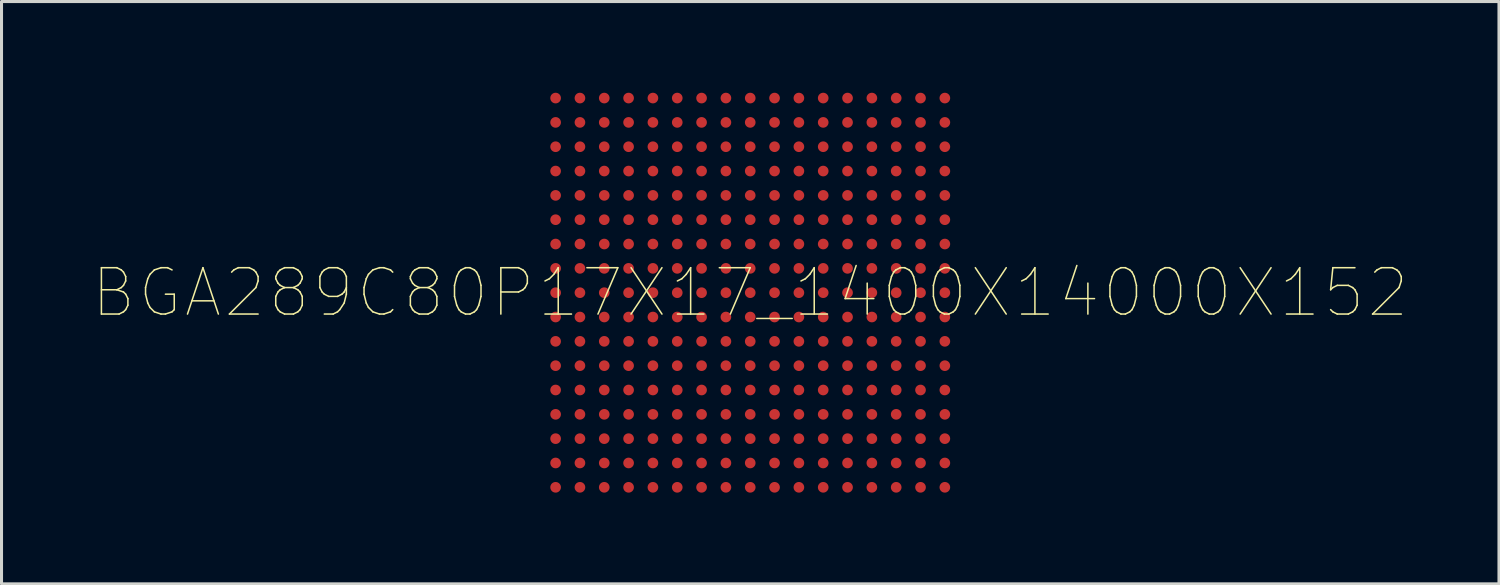
<source format=kicad_pcb>
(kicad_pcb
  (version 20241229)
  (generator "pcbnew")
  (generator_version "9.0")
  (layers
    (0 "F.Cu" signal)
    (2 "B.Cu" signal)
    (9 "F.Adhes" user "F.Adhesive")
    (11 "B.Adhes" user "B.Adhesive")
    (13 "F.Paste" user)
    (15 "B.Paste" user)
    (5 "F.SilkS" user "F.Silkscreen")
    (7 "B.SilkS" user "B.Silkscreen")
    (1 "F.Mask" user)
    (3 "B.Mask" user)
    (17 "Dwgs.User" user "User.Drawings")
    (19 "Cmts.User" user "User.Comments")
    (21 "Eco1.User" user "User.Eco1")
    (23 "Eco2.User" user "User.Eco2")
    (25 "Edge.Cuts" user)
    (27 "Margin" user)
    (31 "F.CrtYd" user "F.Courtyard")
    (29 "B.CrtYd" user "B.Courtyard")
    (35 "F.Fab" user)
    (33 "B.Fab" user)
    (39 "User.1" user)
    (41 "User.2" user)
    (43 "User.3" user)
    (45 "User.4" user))
  (footprint "BGA289C80P17X17_1400X14000X152"
    (layer "F.Cu")
    (at 21.621 6.575)
    (property "Reference" "BGA289C80P17X17_1400X14000X152" (at 0 0 0) (layer "F.SilkS") (effects (font (size 1.524 1.524) (thickness 0.05))))
    (attr smd)
    (pad "A1" smd circle (at -6.4 -6.4 270) (size 0.35 0.35) (layers "F.Cu"))
    (pad "A2" smd circle (at -5.6 -6.4 270) (size 0.35 0.35) (layers "F.Cu"))
    (pad "A3" smd circle (at -4.8 -6.4 270) (size 0.35 0.35) (layers "F.Cu"))
    (pad "A4" smd circle (at -4 -6.4 270) (size 0.35 0.35) (layers "F.Cu"))
    (pad "A5" smd circle (at -3.2 -6.4 270) (size 0.35 0.35) (layers "F.Cu"))
    (pad "A6" smd circle (at -2.4 -6.4 270) (size 0.35 0.35) (layers "F.Cu"))
    (pad "A7" smd circle (at -1.6 -6.4 270) (size 0.35 0.35) (layers "F.Cu"))
    (pad "A8" smd circle (at -0.8 -6.4 270) (size 0.35 0.35) (layers "F.Cu"))
    (pad "A9" smd circle (at 0 -6.4 270) (size 0.35 0.35) (layers "F.Cu"))
    (pad "A10" smd circle (at 0.8 -6.4 270) (size 0.35 0.35) (layers "F.Cu"))
    (pad "A11" smd circle (at 1.6 -6.4 270) (size 0.35 0.35) (layers "F.Cu"))
    (pad "A12" smd circle (at 2.4 -6.4 270) (size 0.35 0.35) (layers "F.Cu"))
    (pad "A13" smd circle (at 3.2 -6.4 270) (size 0.35 0.35) (layers "F.Cu"))
    (pad "A14" smd circle (at 4 -6.4 270) (size 0.35 0.35) (layers "F.Cu"))
    (pad "A15" smd circle (at 4.8 -6.4 270) (size 0.35 0.35) (layers "F.Cu"))
    (pad "A16" smd circle (at 5.6 -6.4 270) (size 0.35 0.35) (layers "F.Cu"))
    (pad "A17" smd circle (at 6.4 -6.4 270) (size 0.35 0.35) (layers "F.Cu"))
    (pad "B1" smd circle (at -6.4 -5.6 270) (size 0.35 0.35) (layers "F.Cu"))
    (pad "B2" smd circle (at -5.6 -5.6 270) (size 0.35 0.35) (layers "F.Cu"))
    (pad "B3" smd circle (at -4.8 -5.6 270) (size 0.35 0.35) (layers "F.Cu"))
    (pad "B4" smd circle (at -4 -5.6 270) (size 0.35 0.35) (layers "F.Cu"))
    (pad "B5" smd circle (at -3.2 -5.6 270) (size 0.35 0.35) (layers "F.Cu"))
    (pad "B6" smd circle (at -2.4 -5.6 270) (size 0.35 0.35) (layers "F.Cu"))
    (pad "B7" smd circle (at -1.6 -5.6 270) (size 0.35 0.35) (layers "F.Cu"))
    (pad "B8" smd circle (at -0.8 -5.6 270) (size 0.35 0.35) (layers "F.Cu"))
    (pad "B9" smd circle (at 0 -5.6 270) (size 0.35 0.35) (layers "F.Cu"))
    (pad "B10" smd circle (at 0.8 -5.6 270) (size 0.35 0.35) (layers "F.Cu"))
    (pad "B11" smd circle (at 1.6 -5.6 270) (size 0.35 0.35) (layers "F.Cu"))
    (pad "B12" smd circle (at 2.4 -5.6 270) (size 0.35 0.35) (layers "F.Cu"))
    (pad "B13" smd circle (at 3.2 -5.6 270) (size 0.35 0.35) (layers "F.Cu"))
    (pad "B14" smd circle (at 4 -5.6 270) (size 0.35 0.35) (layers "F.Cu"))
    (pad "B15" smd circle (at 4.8 -5.6 270) (size 0.35 0.35) (layers "F.Cu"))
    (pad "B16" smd circle (at 5.6 -5.6 270) (size 0.35 0.35) (layers "F.Cu"))
    (pad "B17" smd circle (at 6.4 -5.6 270) (size 0.35 0.35) (layers "F.Cu"))
    (pad "C1" smd circle (at -6.4 -4.8 270) (size 0.35 0.35) (layers "F.Cu"))
    (pad "C2" smd circle (at -5.6 -4.8 270) (size 0.35 0.35) (layers "F.Cu"))
    (pad "C3" smd circle (at -4.8 -4.8 270) (size 0.35 0.35) (layers "F.Cu"))
    (pad "C4" smd circle (at -4 -4.8 270) (size 0.35 0.35) (layers "F.Cu"))
    (pad "C5" smd circle (at -3.2 -4.8 270) (size 0.35 0.35) (layers "F.Cu"))
    (pad "C6" smd circle (at -2.4 -4.8 270) (size 0.35 0.35) (layers "F.Cu"))
    (pad "C7" smd circle (at -1.6 -4.8 270) (size 0.35 0.35) (layers "F.Cu"))
    (pad "C8" smd circle (at -0.8 -4.8 270) (size 0.35 0.35) (layers "F.Cu"))
    (pad "C9" smd circle (at 0 -4.8 270) (size 0.35 0.35) (layers "F.Cu"))
    (pad "C10" smd circle (at 0.8 -4.8 270) (size 0.35 0.35) (layers "F.Cu"))
    (pad "C11" smd circle (at 1.6 -4.8 270) (size 0.35 0.35) (layers "F.Cu"))
    (pad "C12" smd circle (at 2.4 -4.8 270) (size 0.35 0.35) (layers "F.Cu"))
    (pad "C13" smd circle (at 3.2 -4.8 270) (size 0.35 0.35) (layers "F.Cu"))
    (pad "C14" smd circle (at 4 -4.8 270) (size 0.35 0.35) (layers "F.Cu"))
    (pad "C15" smd circle (at 4.8 -4.8 270) (size 0.35 0.35) (layers "F.Cu"))
    (pad "C16" smd circle (at 5.6 -4.8 270) (size 0.35 0.35) (layers "F.Cu"))
    (pad "C17" smd circle (at 6.4 -4.8 270) (size 0.35 0.35) (layers "F.Cu"))
    (pad "D1" smd circle (at -6.4 -4 270) (size 0.35 0.35) (layers "F.Cu"))
    (pad "D2" smd circle (at -5.6 -4 270) (size 0.35 0.35) (layers "F.Cu"))
    (pad "D3" smd circle (at -4.8 -4 270) (size 0.35 0.35) (layers "F.Cu"))
    (pad "D4" smd circle (at -4 -4 270) (size 0.35 0.35) (layers "F.Cu"))
    (pad "D5" smd circle (at -3.2 -4 270) (size 0.35 0.35) (layers "F.Cu"))
    (pad "D6" smd circle (at -2.4 -4 270) (size 0.35 0.35) (layers "F.Cu"))
    (pad "D7" smd circle (at -1.6 -4 270) (size 0.35 0.35) (layers "F.Cu"))
    (pad "D8" smd circle (at -0.8 -4 270) (size 0.35 0.35) (layers "F.Cu"))
    (pad "D9" smd circle (at 0 -4 270) (size 0.35 0.35) (layers "F.Cu"))
    (pad "D10" smd circle (at 0.8 -4 270) (size 0.35 0.35) (layers "F.Cu"))
    (pad "D11" smd circle (at 1.6 -4 270) (size 0.35 0.35) (layers "F.Cu"))
    (pad "D12" smd circle (at 2.4 -4 270) (size 0.35 0.35) (layers "F.Cu"))
    (pad "D13" smd circle (at 3.2 -4 270) (size 0.35 0.35) (layers "F.Cu"))
    (pad "D14" smd circle (at 4 -4 270) (size 0.35 0.35) (layers "F.Cu"))
    (pad "D15" smd circle (at 4.8 -4 270) (size 0.35 0.35) (layers "F.Cu"))
    (pad "D16" smd circle (at 5.6 -4 270) (size 0.35 0.35) (layers "F.Cu"))
    (pad "D17" smd circle (at 6.4 -4 270) (size 0.35 0.35) (layers "F.Cu"))
    (pad "E1" smd circle (at -6.4 -3.2 270) (size 0.35 0.35) (layers "F.Cu"))
    (pad "E2" smd circle (at -5.6 -3.2 270) (size 0.35 0.35) (layers "F.Cu"))
    (pad "E3" smd circle (at -4.8 -3.2 270) (size 0.35 0.35) (layers "F.Cu"))
    (pad "E4" smd circle (at -4 -3.2 270) (size 0.35 0.35) (layers "F.Cu"))
    (pad "E5" smd circle (at -3.2 -3.2 270) (size 0.35 0.35) (layers "F.Cu"))
    (pad "E6" smd circle (at -2.4 -3.2 270) (size 0.35 0.35) (layers "F.Cu"))
    (pad "E7" smd circle (at -1.6 -3.2 270) (size 0.35 0.35) (layers "F.Cu"))
    (pad "E8" smd circle (at -0.8 -3.2 270) (size 0.35 0.35) (layers "F.Cu"))
    (pad "E9" smd circle (at 0 -3.2 270) (size 0.35 0.35) (layers "F.Cu"))
    (pad "E10" smd circle (at 0.8 -3.2 270) (size 0.35 0.35) (layers "F.Cu"))
    (pad "E11" smd circle (at 1.6 -3.2 270) (size 0.35 0.35) (layers "F.Cu"))
    (pad "E12" smd circle (at 2.4 -3.2 270) (size 0.35 0.35) (layers "F.Cu"))
    (pad "E13" smd circle (at 3.2 -3.2 270) (size 0.35 0.35) (layers "F.Cu"))
    (pad "E14" smd circle (at 4 -3.2 270) (size 0.35 0.35) (layers "F.Cu"))
    (pad "E15" smd circle (at 4.8 -3.2 270) (size 0.35 0.35) (layers "F.Cu"))
    (pad "E16" smd circle (at 5.6 -3.2 270) (size 0.35 0.35) (layers "F.Cu"))
    (pad "E17" smd circle (at 6.4 -3.2 270) (size 0.35 0.35) (layers "F.Cu"))
    (pad "F1" smd circle (at -6.4 -2.4 270) (size 0.35 0.35) (layers "F.Cu"))
    (pad "F2" smd circle (at -5.6 -2.4 270) (size 0.35 0.35) (layers "F.Cu"))
    (pad "F3" smd circle (at -4.8 -2.4 270) (size 0.35 0.35) (layers "F.Cu"))
    (pad "F4" smd circle (at -4 -2.4 270) (size 0.35 0.35) (layers "F.Cu"))
    (pad "F5" smd circle (at -3.2 -2.4 270) (size 0.35 0.35) (layers "F.Cu"))
    (pad "F6" smd circle (at -2.4 -2.4 270) (size 0.35 0.35) (layers "F.Cu"))
    (pad "F7" smd circle (at -1.6 -2.4 270) (size 0.35 0.35) (layers "F.Cu"))
    (pad "F8" smd circle (at -0.8 -2.4 270) (size 0.35 0.35) (layers "F.Cu"))
    (pad "F9" smd circle (at 0 -2.4 270) (size 0.35 0.35) (layers "F.Cu"))
    (pad "F10" smd circle (at 0.8 -2.4 270) (size 0.35 0.35) (layers "F.Cu"))
    (pad "F11" smd circle (at 1.6 -2.4 270) (size 0.35 0.35) (layers "F.Cu"))
    (pad "F12" smd circle (at 2.4 -2.4 270) (size 0.35 0.35) (layers "F.Cu"))
    (pad "F13" smd circle (at 3.2 -2.4 270) (size 0.35 0.35) (layers "F.Cu"))
    (pad "F14" smd circle (at 4 -2.4 270) (size 0.35 0.35) (layers "F.Cu"))
    (pad "F15" smd circle (at 4.8 -2.4 270) (size 0.35 0.35) (layers "F.Cu"))
    (pad "F16" smd circle (at 5.6 -2.4 270) (size 0.35 0.35) (layers "F.Cu"))
    (pad "F17" smd circle (at 6.4 -2.4 270) (size 0.35 0.35) (layers "F.Cu"))
    (pad "G1" smd circle (at -6.4 -1.6 270) (size 0.35 0.35) (layers "F.Cu"))
    (pad "G2" smd circle (at -5.6 -1.6 270) (size 0.35 0.35) (layers "F.Cu"))
    (pad "G3" smd circle (at -4.8 -1.6 270) (size 0.35 0.35) (layers "F.Cu"))
    (pad "G4" smd circle (at -4 -1.6 270) (size 0.35 0.35) (layers "F.Cu"))
    (pad "G5" smd circle (at -3.2 -1.6 270) (size 0.35 0.35) (layers "F.Cu"))
    (pad "G6" smd circle (at -2.4 -1.6 270) (size 0.35 0.35) (layers "F.Cu"))
    (pad "G7" smd circle (at -1.6 -1.6 270) (size 0.35 0.35) (layers "F.Cu"))
    (pad "G8" smd circle (at -0.8 -1.6 270) (size 0.35 0.35) (layers "F.Cu"))
    (pad "G9" smd circle (at 0 -1.6 270) (size 0.35 0.35) (layers "F.Cu"))
    (pad "G10" smd circle (at 0.8 -1.6 270) (size 0.35 0.35) (layers "F.Cu"))
    (pad "G11" smd circle (at 1.6 -1.6 270) (size 0.35 0.35) (layers "F.Cu"))
    (pad "G12" smd circle (at 2.4 -1.6 270) (size 0.35 0.35) (layers "F.Cu"))
    (pad "G13" smd circle (at 3.2 -1.6 270) (size 0.35 0.35) (layers "F.Cu"))
    (pad "G14" smd circle (at 4 -1.6 270) (size 0.35 0.35) (layers "F.Cu"))
    (pad "G15" smd circle (at 4.8 -1.6 270) (size 0.35 0.35) (layers "F.Cu"))
    (pad "G16" smd circle (at 5.6 -1.6 270) (size 0.35 0.35) (layers "F.Cu"))
    (pad "G17" smd circle (at 6.4 -1.6 270) (size 0.35 0.35) (layers "F.Cu"))
    (pad "H1" smd circle (at -6.4 -0.8 270) (size 0.35 0.35) (layers "F.Cu"))
    (pad "H2" smd circle (at -5.6 -0.8 270) (size 0.35 0.35) (layers "F.Cu"))
    (pad "H3" smd circle (at -4.8 -0.8 270) (size 0.35 0.35) (layers "F.Cu"))
    (pad "H4" smd circle (at -4 -0.8 270) (size 0.35 0.35) (layers "F.Cu"))
    (pad "H5" smd circle (at -3.2 -0.8 270) (size 0.35 0.35) (layers "F.Cu"))
    (pad "H6" smd circle (at -2.4 -0.8 270) (size 0.35 0.35) (layers "F.Cu"))
    (pad "H7" smd circle (at -1.6 -0.8 270) (size 0.35 0.35) (layers "F.Cu"))
    (pad "H8" smd circle (at -0.8 -0.8 270) (size 0.35 0.35) (layers "F.Cu"))
    (pad "H9" smd circle (at 0 -0.8 270) (size 0.35 0.35) (layers "F.Cu"))
    (pad "H10" smd circle (at 0.8 -0.8 270) (size 0.35 0.35) (layers "F.Cu"))
    (pad "H11" smd circle (at 1.6 -0.8 270) (size 0.35 0.35) (layers "F.Cu"))
    (pad "H12" smd circle (at 2.4 -0.8 270) (size 0.35 0.35) (layers "F.Cu"))
    (pad "H13" smd circle (at 3.2 -0.8 270) (size 0.35 0.35) (layers "F.Cu"))
    (pad "H14" smd circle (at 4 -0.8 270) (size 0.35 0.35) (layers "F.Cu"))
    (pad "H15" smd circle (at 4.8 -0.8 270) (size 0.35 0.35) (layers "F.Cu"))
    (pad "H16" smd circle (at 5.6 -0.8 270) (size 0.35 0.35) (layers "F.Cu"))
    (pad "H17" smd circle (at 6.4 -0.8 270) (size 0.35 0.35) (layers "F.Cu"))
    (pad "J1" smd circle (at -6.4 0 270) (size 0.35 0.35) (layers "F.Cu"))
    (pad "J2" smd circle (at -5.6 0 270) (size 0.35 0.35) (layers "F.Cu"))
    (pad "J3" smd circle (at -4.8 0 270) (size 0.35 0.35) (layers "F.Cu"))
    (pad "J4" smd circle (at -4 0 270) (size 0.35 0.35) (layers "F.Cu"))
    (pad "J5" smd circle (at -3.2 0 270) (size 0.35 0.35) (layers "F.Cu"))
    (pad "J6" smd circle (at -2.4 0 270) (size 0.35 0.35) (layers "F.Cu"))
    (pad "J7" smd circle (at -1.6 0 270) (size 0.35 0.35) (layers "F.Cu"))
    (pad "J8" smd circle (at -0.8 0 270) (size 0.35 0.35) (layers "F.Cu"))
    (pad "J9" smd circle (at 0 0 270) (size 0.35 0.35) (layers "F.Cu"))
    (pad "J10" smd circle (at 0.8 0 270) (size 0.35 0.35) (layers "F.Cu"))
    (pad "J11" smd circle (at 1.6 0 270) (size 0.35 0.35) (layers "F.Cu"))
    (pad "J12" smd circle (at 2.4 0 270) (size 0.35 0.35) (layers "F.Cu"))
    (pad "J13" smd circle (at 3.2 0 270) (size 0.35 0.35) (layers "F.Cu"))
    (pad "J14" smd circle (at 4 0 270) (size 0.35 0.35) (layers "F.Cu"))
    (pad "J15" smd circle (at 4.8 0 270) (size 0.35 0.35) (layers "F.Cu"))
    (pad "J16" smd circle (at 5.6 0 270) (size 0.35 0.35) (layers "F.Cu"))
    (pad "J17" smd circle (at 6.4 0 270) (size 0.35 0.35) (layers "F.Cu"))
    (pad "K1" smd circle (at -6.4 0.8 270) (size 0.35 0.35) (layers "F.Cu"))
    (pad "K2" smd circle (at -5.6 0.8 270) (size 0.35 0.35) (layers "F.Cu"))
    (pad "K3" smd circle (at -4.8 0.8 270) (size 0.35 0.35) (layers "F.Cu"))
    (pad "K4" smd circle (at -4 0.8 270) (size 0.35 0.35) (layers "F.Cu"))
    (pad "K5" smd circle (at -3.2 0.8 270) (size 0.35 0.35) (layers "F.Cu"))
    (pad "K6" smd circle (at -2.4 0.8 270) (size 0.35 0.35) (layers "F.Cu"))
    (pad "K7" smd circle (at -1.6 0.8 270) (size 0.35 0.35) (layers "F.Cu"))
    (pad "K8" smd circle (at -0.8 0.8 270) (size 0.35 0.35) (layers "F.Cu"))
    (pad "K9" smd circle (at 0 0.8 270) (size 0.35 0.35) (layers "F.Cu"))
    (pad "K10" smd circle (at 0.8 0.8 270) (size 0.35 0.35) (layers "F.Cu"))
    (pad "K11" smd circle (at 1.6 0.8 270) (size 0.35 0.35) (layers "F.Cu"))
    (pad "K12" smd circle (at 2.4 0.8 270) (size 0.35 0.35) (layers "F.Cu"))
    (pad "K13" smd circle (at 3.2 0.8 270) (size 0.35 0.35) (layers "F.Cu"))
    (pad "K14" smd circle (at 4 0.8 270) (size 0.35 0.35) (layers "F.Cu"))
    (pad "K15" smd circle (at 4.8 0.8 270) (size 0.35 0.35) (layers "F.Cu"))
    (pad "K16" smd circle (at 5.6 0.8 270) (size 0.35 0.35) (layers "F.Cu"))
    (pad "K17" smd circle (at 6.4 0.8 270) (size 0.35 0.35) (layers "F.Cu"))
    (pad "L1" smd circle (at -6.4 1.6 270) (size 0.35 0.35) (layers "F.Cu"))
    (pad "L2" smd circle (at -5.6 1.6 270) (size 0.35 0.35) (layers "F.Cu"))
    (pad "L3" smd circle (at -4.8 1.6 270) (size 0.35 0.35) (layers "F.Cu"))
    (pad "L4" smd circle (at -4 1.6 270) (size 0.35 0.35) (layers "F.Cu"))
    (pad "L5" smd circle (at -3.2 1.6 270) (size 0.35 0.35) (layers "F.Cu"))
    (pad "L6" smd circle (at -2.4 1.6 270) (size 0.35 0.35) (layers "F.Cu"))
    (pad "L7" smd circle (at -1.6 1.6 270) (size 0.35 0.35) (layers "F.Cu"))
    (pad "L8" smd circle (at -0.8 1.6 270) (size 0.35 0.35) (layers "F.Cu"))
    (pad "L9" smd circle (at 0 1.6 270) (size 0.35 0.35) (layers "F.Cu"))
    (pad "L10" smd circle (at 0.8 1.6 270) (size 0.35 0.35) (layers "F.Cu"))
    (pad "L11" smd circle (at 1.6 1.6 270) (size 0.35 0.35) (layers "F.Cu"))
    (pad "L12" smd circle (at 2.4 1.6 270) (size 0.35 0.35) (layers "F.Cu"))
    (pad "L13" smd circle (at 3.2 1.6 270) (size 0.35 0.35) (layers "F.Cu"))
    (pad "L14" smd circle (at 4 1.6 270) (size 0.35 0.35) (layers "F.Cu"))
    (pad "L15" smd circle (at 4.8 1.6 270) (size 0.35 0.35) (layers "F.Cu"))
    (pad "L16" smd circle (at 5.6 1.6 270) (size 0.35 0.35) (layers "F.Cu"))
    (pad "L17" smd circle (at 6.4 1.6 270) (size 0.35 0.35) (layers "F.Cu"))
    (pad "M1" smd circle (at -6.4 2.4 270) (size 0.35 0.35) (layers "F.Cu"))
    (pad "M2" smd circle (at -5.6 2.4 270) (size 0.35 0.35) (layers "F.Cu"))
    (pad "M3" smd circle (at -4.8 2.4 270) (size 0.35 0.35) (layers "F.Cu"))
    (pad "M4" smd circle (at -4 2.4 270) (size 0.35 0.35) (layers "F.Cu"))
    (pad "M5" smd circle (at -3.2 2.4 270) (size 0.35 0.35) (layers "F.Cu"))
    (pad "M6" smd circle (at -2.4 2.4 270) (size 0.35 0.35) (layers "F.Cu"))
    (pad "M7" smd circle (at -1.6 2.4 270) (size 0.35 0.35) (layers "F.Cu"))
    (pad "M8" smd circle (at -0.8 2.4 270) (size 0.35 0.35) (layers "F.Cu"))
    (pad "M9" smd circle (at 0 2.4 270) (size 0.35 0.35) (layers "F.Cu"))
    (pad "M10" smd circle (at 0.8 2.4 270) (size 0.35 0.35) (layers "F.Cu"))
    (pad "M11" smd circle (at 1.6 2.4 270) (size 0.35 0.35) (layers "F.Cu"))
    (pad "M12" smd circle (at 2.4 2.4 270) (size 0.35 0.35) (layers "F.Cu"))
    (pad "M13" smd circle (at 3.2 2.4 270) (size 0.35 0.35) (layers "F.Cu"))
    (pad "M14" smd circle (at 4 2.4 270) (size 0.35 0.35) (layers "F.Cu"))
    (pad "M15" smd circle (at 4.8 2.4 270) (size 0.35 0.35) (layers "F.Cu"))
    (pad "M16" smd circle (at 5.6 2.4 270) (size 0.35 0.35) (layers "F.Cu"))
    (pad "M17" smd circle (at 6.4 2.4 270) (size 0.35 0.35) (layers "F.Cu"))
    (pad "N1" smd circle (at -6.4 3.2 270) (size 0.35 0.35) (layers "F.Cu"))
    (pad "N2" smd circle (at -5.6 3.2 270) (size 0.35 0.35) (layers "F.Cu"))
    (pad "N3" smd circle (at -4.8 3.2 270) (size 0.35 0.35) (layers "F.Cu"))
    (pad "N4" smd circle (at -4 3.2 270) (size 0.35 0.35) (layers "F.Cu"))
    (pad "N5" smd circle (at -3.2 3.2 270) (size 0.35 0.35) (layers "F.Cu"))
    (pad "N6" smd circle (at -2.4 3.2 270) (size 0.35 0.35) (layers "F.Cu"))
    (pad "N7" smd circle (at -1.6 3.2 270) (size 0.35 0.35) (layers "F.Cu"))
    (pad "N8" smd circle (at -0.8 3.2 270) (size 0.35 0.35) (layers "F.Cu"))
    (pad "N9" smd circle (at 0 3.2 270) (size 0.35 0.35) (layers "F.Cu"))
    (pad "N10" smd circle (at 0.8 3.2 270) (size 0.35 0.35) (layers "F.Cu"))
    (pad "N11" smd circle (at 1.6 3.2 270) (size 0.35 0.35) (layers "F.Cu"))
    (pad "N12" smd circle (at 2.4 3.2 270) (size 0.35 0.35) (layers "F.Cu"))
    (pad "N13" smd circle (at 3.2 3.2 270) (size 0.35 0.35) (layers "F.Cu"))
    (pad "N14" smd circle (at 4 3.2 270) (size 0.35 0.35) (layers "F.Cu"))
    (pad "N15" smd circle (at 4.8 3.2 270) (size 0.35 0.35) (layers "F.Cu"))
    (pad "N16" smd circle (at 5.6 3.2 270) (size 0.35 0.35) (layers "F.Cu"))
    (pad "N17" smd circle (at 6.4 3.2 270) (size 0.35 0.35) (layers "F.Cu"))
    (pad "P1" smd circle (at -6.4 4 270) (size 0.35 0.35) (layers "F.Cu"))
    (pad "P2" smd circle (at -5.6 4 270) (size 0.35 0.35) (layers "F.Cu"))
    (pad "P3" smd circle (at -4.8 4 270) (size 0.35 0.35) (layers "F.Cu"))
    (pad "P4" smd circle (at -4 4 270) (size 0.35 0.35) (layers "F.Cu"))
    (pad "P5" smd circle (at -3.2 4 270) (size 0.35 0.35) (layers "F.Cu"))
    (pad "P6" smd circle (at -2.4 4 270) (size 0.35 0.35) (layers "F.Cu"))
    (pad "P7" smd circle (at -1.6 4 270) (size 0.35 0.35) (layers "F.Cu"))
    (pad "P8" smd circle (at -0.8 4 270) (size 0.35 0.35) (layers "F.Cu"))
    (pad "P9" smd circle (at 0 4 270) (size 0.35 0.35) (layers "F.Cu"))
    (pad "P10" smd circle (at 0.8 4 270) (size 0.35 0.35) (layers "F.Cu"))
    (pad "P11" smd circle (at 1.6 4 270) (size 0.35 0.35) (layers "F.Cu"))
    (pad "P12" smd circle (at 2.4 4 270) (size 0.35 0.35) (layers "F.Cu"))
    (pad "P13" smd circle (at 3.2 4 270) (size 0.35 0.35) (layers "F.Cu"))
    (pad "P14" smd circle (at 4 4 270) (size 0.35 0.35) (layers "F.Cu"))
    (pad "P15" smd circle (at 4.8 4 270) (size 0.35 0.35) (layers "F.Cu"))
    (pad "P16" smd circle (at 5.6 4 270) (size 0.35 0.35) (layers "F.Cu"))
    (pad "P17" smd circle (at 6.4 4 270) (size 0.35 0.35) (layers "F.Cu"))
    (pad "R1" smd circle (at -6.4 4.8 270) (size 0.35 0.35) (layers "F.Cu"))
    (pad "R2" smd circle (at -5.6 4.8 270) (size 0.35 0.35) (layers "F.Cu"))
    (pad "R3" smd circle (at -4.8 4.8 270) (size 0.35 0.35) (layers "F.Cu"))
    (pad "R4" smd circle (at -4 4.8 270) (size 0.35 0.35) (layers "F.Cu"))
    (pad "R5" smd circle (at -3.2 4.8 270) (size 0.35 0.35) (layers "F.Cu"))
    (pad "R6" smd circle (at -2.4 4.8 270) (size 0.35 0.35) (layers "F.Cu"))
    (pad "R7" smd circle (at -1.6 4.8 270) (size 0.35 0.35) (layers "F.Cu"))
    (pad "R8" smd circle (at -0.8 4.8 270) (size 0.35 0.35) (layers "F.Cu"))
    (pad "R9" smd circle (at 0 4.8 270) (size 0.35 0.35) (layers "F.Cu"))
    (pad "R10" smd circle (at 0.8 4.8 270) (size 0.35 0.35) (layers "F.Cu"))
    (pad "R11" smd circle (at 1.6 4.8 270) (size 0.35 0.35) (layers "F.Cu"))
    (pad "R12" smd circle (at 2.4 4.8 270) (size 0.35 0.35) (layers "F.Cu"))
    (pad "R13" smd circle (at 3.2 4.8 270) (size 0.35 0.35) (layers "F.Cu"))
    (pad "R14" smd circle (at 4 4.8 270) (size 0.35 0.35) (layers "F.Cu"))
    (pad "R15" smd circle (at 4.8 4.8 270) (size 0.35 0.35) (layers "F.Cu"))
    (pad "R16" smd circle (at 5.6 4.8 270) (size 0.35 0.35) (layers "F.Cu"))
    (pad "R17" smd circle (at 6.4 4.8 270) (size 0.35 0.35) (layers "F.Cu"))
    (pad "T1" smd circle (at -6.4 5.6 270) (size 0.35 0.35) (layers "F.Cu"))
    (pad "T2" smd circle (at -5.6 5.6 270) (size 0.35 0.35) (layers "F.Cu"))
    (pad "T3" smd circle (at -4.8 5.6 270) (size 0.35 0.35) (layers "F.Cu"))
    (pad "T4" smd circle (at -4 5.6 270) (size 0.35 0.35) (layers "F.Cu"))
    (pad "T5" smd circle (at -3.2 5.6 270) (size 0.35 0.35) (layers "F.Cu"))
    (pad "T6" smd circle (at -2.4 5.6 270) (size 0.35 0.35) (layers "F.Cu"))
    (pad "T7" smd circle (at -1.6 5.6 270) (size 0.35 0.35) (layers "F.Cu"))
    (pad "T8" smd circle (at -0.8 5.6 270) (size 0.35 0.35) (layers "F.Cu"))
    (pad "T9" smd circle (at 0 5.6 270) (size 0.35 0.35) (layers "F.Cu"))
    (pad "T10" smd circle (at 0.8 5.6 270) (size 0.35 0.35) (layers "F.Cu"))
    (pad "T11" smd circle (at 1.6 5.6 270) (size 0.35 0.35) (layers "F.Cu"))
    (pad "T12" smd circle (at 2.4 5.6 270) (size 0.35 0.35) (layers "F.Cu"))
    (pad "T13" smd circle (at 3.2 5.6 270) (size 0.35 0.35) (layers "F.Cu"))
    (pad "T14" smd circle (at 4 5.6 270) (size 0.35 0.35) (layers "F.Cu"))
    (pad "T15" smd circle (at 4.8 5.6 270) (size 0.35 0.35) (layers "F.Cu"))
    (pad "T16" smd circle (at 5.6 5.6 270) (size 0.35 0.35) (layers "F.Cu"))
    (pad "T17" smd circle (at 6.4 5.6 270) (size 0.35 0.35) (layers "F.Cu"))
    (pad "U1" smd circle (at -6.4 6.4 270) (size 0.35 0.35) (layers "F.Cu"))
    (pad "U2" smd circle (at -5.6 6.4 270) (size 0.35 0.35) (layers "F.Cu"))
    (pad "U3" smd circle (at -4.8 6.4 270) (size 0.35 0.35) (layers "F.Cu"))
    (pad "U4" smd circle (at -4 6.4 270) (size 0.35 0.35) (layers "F.Cu"))
    (pad "U5" smd circle (at -3.2 6.4 270) (size 0.35 0.35) (layers "F.Cu"))
    (pad "U6" smd circle (at -2.4 6.4 270) (size 0.35 0.35) (layers "F.Cu"))
    (pad "U7" smd circle (at -1.6 6.4 270) (size 0.35 0.35) (layers "F.Cu"))
    (pad "U8" smd circle (at -0.8 6.4 270) (size 0.35 0.35) (layers "F.Cu"))
    (pad "U9" smd circle (at 0 6.4 270) (size 0.35 0.35) (layers "F.Cu"))
    (pad "U10" smd circle (at 0.8 6.4 270) (size 0.35 0.35) (layers "F.Cu"))
    (pad "U11" smd circle (at 1.6 6.4 270) (size 0.35 0.35) (layers "F.Cu"))
    (pad "U12" smd circle (at 2.4 6.4 270) (size 0.35 0.35) (layers "F.Cu"))
    (pad "U13" smd circle (at 3.2 6.4 270) (size 0.35 0.35) (layers "F.Cu"))
    (pad "U14" smd circle (at 4 6.4 270) (size 0.35 0.35) (layers "F.Cu"))
    (pad "U15" smd circle (at 4.8 6.4 270) (size 0.35 0.35) (layers "F.Cu"))
    (pad "U16" smd circle (at 5.6 6.4 270) (size 0.35 0.35) (layers "F.Cu"))
    (pad "U17" smd circle (at 6.4 6.4 270) (size 0.35 0.35) (layers "F.Cu")))
  (gr_rect
    (start -3 -3)
    (end 46.243 16.15)
    (stroke (width 0.1) (type default))
    (fill no)
    (layer "Edge.Cuts")))
</source>
